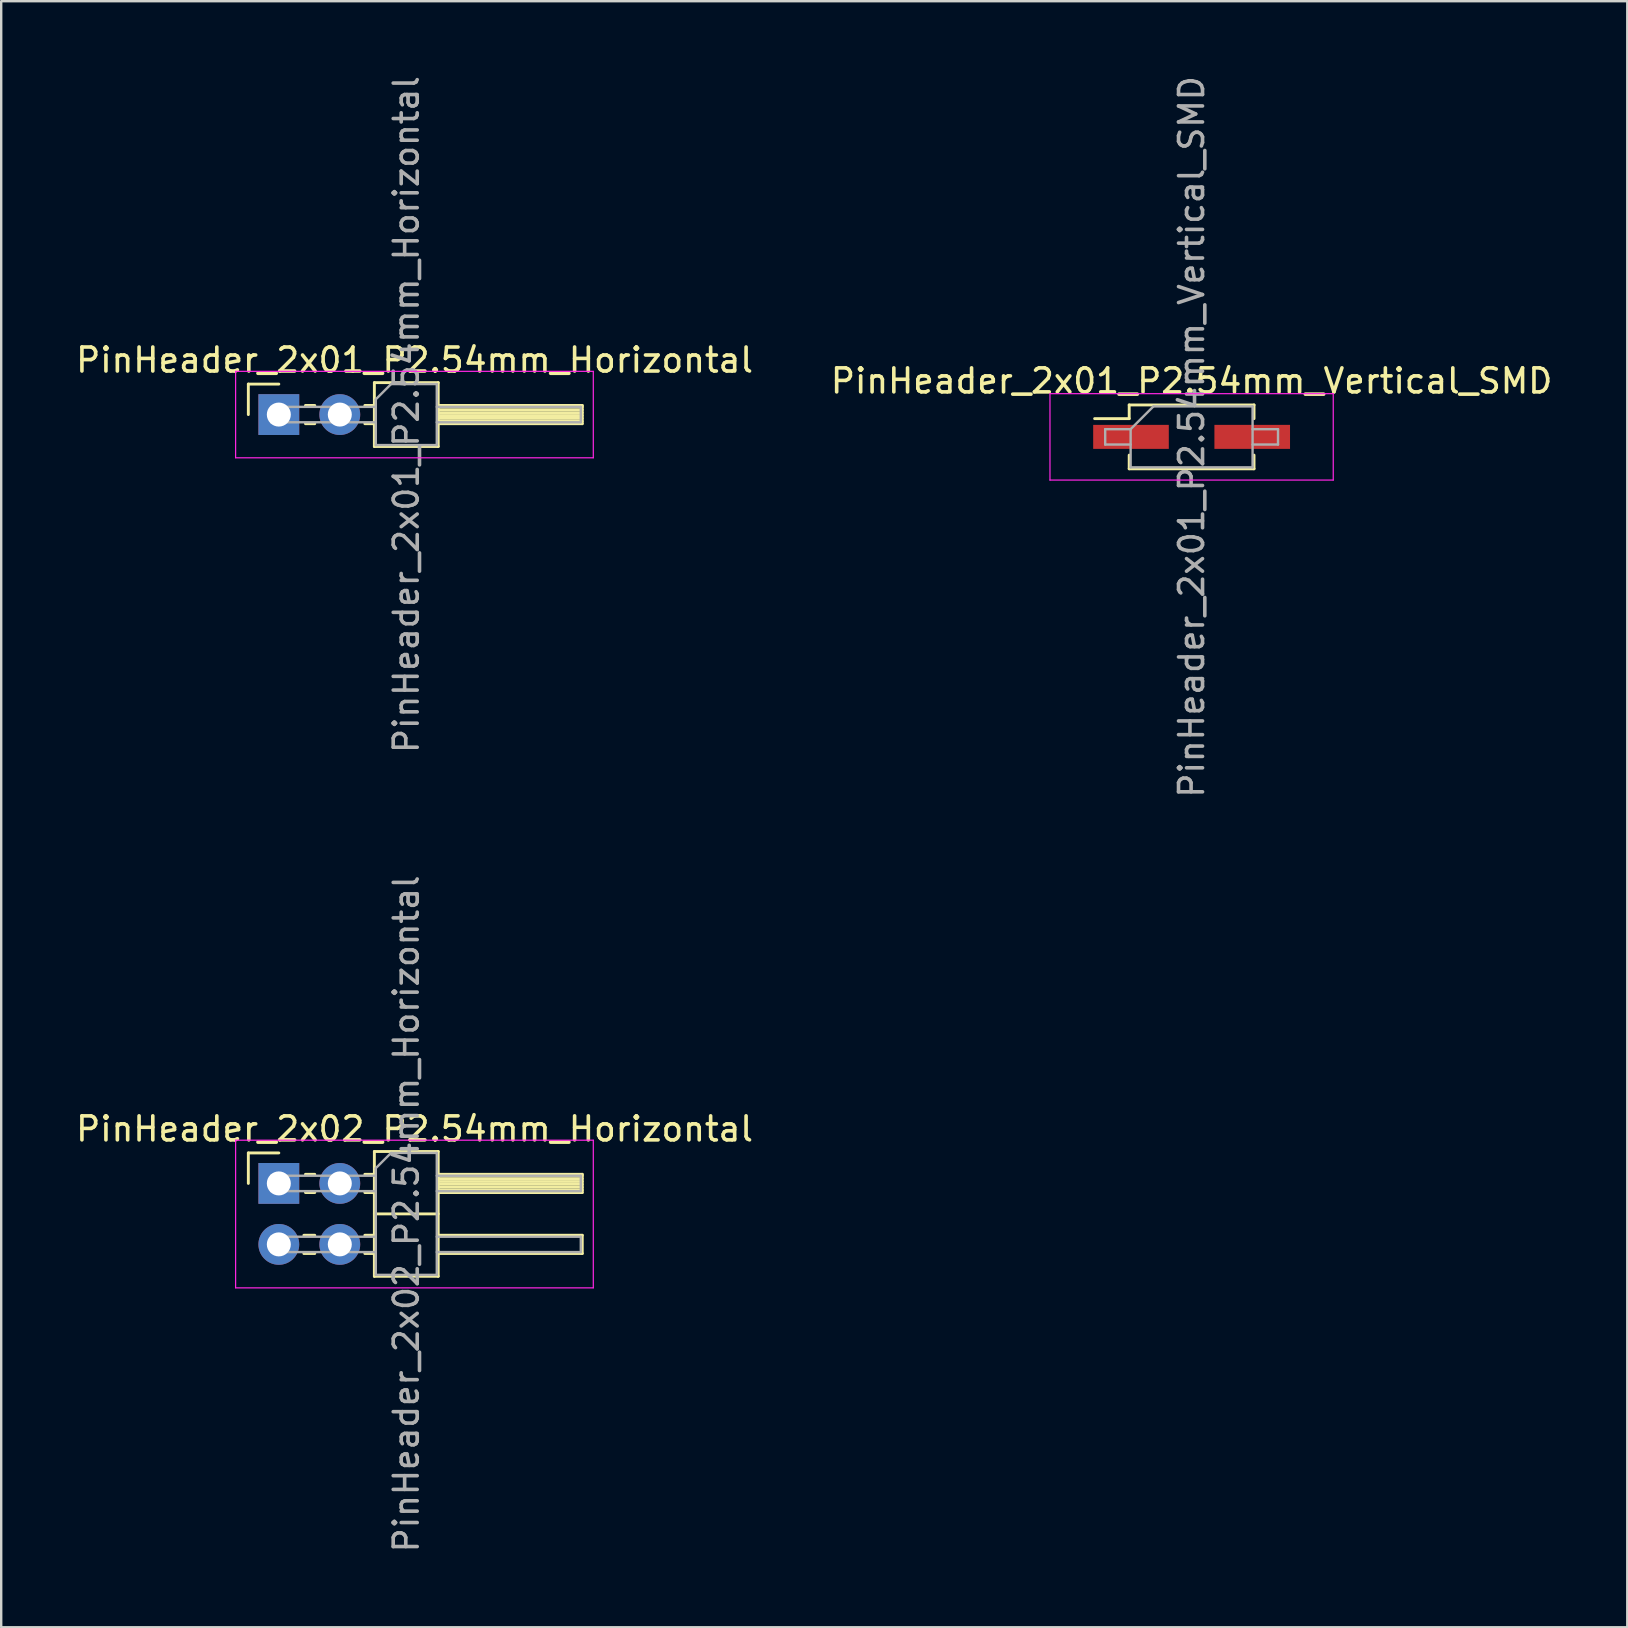
<source format=kicad_pcb>
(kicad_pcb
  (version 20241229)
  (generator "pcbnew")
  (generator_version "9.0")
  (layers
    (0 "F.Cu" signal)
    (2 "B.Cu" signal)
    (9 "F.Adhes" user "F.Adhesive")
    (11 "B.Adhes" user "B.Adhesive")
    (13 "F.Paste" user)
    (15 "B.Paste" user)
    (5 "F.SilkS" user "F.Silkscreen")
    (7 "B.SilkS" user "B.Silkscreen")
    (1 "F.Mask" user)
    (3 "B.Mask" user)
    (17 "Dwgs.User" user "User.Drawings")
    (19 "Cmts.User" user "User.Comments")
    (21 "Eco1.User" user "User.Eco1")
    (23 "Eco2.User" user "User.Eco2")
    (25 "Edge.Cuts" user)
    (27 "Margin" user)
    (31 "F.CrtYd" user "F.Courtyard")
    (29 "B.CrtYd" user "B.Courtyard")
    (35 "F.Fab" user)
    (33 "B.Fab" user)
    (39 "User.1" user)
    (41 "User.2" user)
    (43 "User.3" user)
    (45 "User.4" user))
  (footprint "PinHeader_2x01_P2.54mm_Horizontal"
    (layer "F.Cu")
    (at 8.565 14.22)
    (property "Reference" "PinHeader_2x01_P2.54mm_Horizontal" (at 5.655 -2.27 0) (layer "F.SilkS") (effects (font (size 1 1) (thickness 0.15))))
    (attr through_hole)
    (fp_line (start -1.27 -1.27) (end 0 -1.27) (stroke (width 0.12) (type solid)) (layer "F.SilkS"))
    (fp_line (start -1.27 0) (end -1.27 -1.27) (stroke (width 0.12) (type solid)) (layer "F.SilkS"))
    (fp_line (start 1.11 -0.38) (end 1.497 -0.38) (stroke (width 0.12) (type solid)) (layer "F.SilkS"))
    (fp_line (start 1.11 0.38) (end 1.497 0.38) (stroke (width 0.12) (type solid)) (layer "F.SilkS"))
    (fp_line (start 3.583 -0.38) (end 3.98 -0.38) (stroke (width 0.12) (type solid)) (layer "F.SilkS"))
    (fp_line (start 3.583 0.38) (end 3.98 0.38) (stroke (width 0.12) (type solid)) (layer "F.SilkS"))
    (fp_line (start 3.98 -1.33) (end 3.98 1.33) (stroke (width 0.12) (type solid)) (layer "F.SilkS"))
    (fp_line (start 3.98 1.33) (end 6.64 1.33) (stroke (width 0.12) (type solid)) (layer "F.SilkS"))
    (fp_line (start 6.64 -1.33) (end 3.98 -1.33) (stroke (width 0.12) (type solid)) (layer "F.SilkS"))
    (fp_line (start 6.64 -0.38) (end 12.64 -0.38) (stroke (width 0.12) (type solid)) (layer "F.SilkS"))
    (fp_line (start 6.64 -0.32) (end 12.64 -0.32) (stroke (width 0.12) (type solid)) (layer "F.SilkS"))
    (fp_line (start 6.64 -0.2) (end 12.64 -0.2) (stroke (width 0.12) (type solid)) (layer "F.SilkS"))
    (fp_line (start 6.64 -0.08) (end 12.64 -0.08) (stroke (width 0.12) (type solid)) (layer "F.SilkS"))
    (fp_line (start 6.64 0.04) (end 12.64 0.04) (stroke (width 0.12) (type solid)) (layer "F.SilkS"))
    (fp_line (start 6.64 0.16) (end 12.64 0.16) (stroke (width 0.12) (type solid)) (layer "F.SilkS"))
    (fp_line (start 6.64 0.28) (end 12.64 0.28) (stroke (width 0.12) (type solid)) (layer "F.SilkS"))
    (fp_line (start 6.64 1.33) (end 6.64 -1.33) (stroke (width 0.12) (type solid)) (layer "F.SilkS"))
    (fp_line (start 12.64 -0.38) (end 12.64 0.38) (stroke (width 0.12) (type solid)) (layer "F.SilkS"))
    (fp_line (start 12.64 0.38) (end 6.64 0.38) (stroke (width 0.12) (type solid)) (layer "F.SilkS"))
    (fp_line (start -1.8 -1.8) (end -1.8 1.8) (stroke (width 0.05) (type solid)) (layer "F.CrtYd"))
    (fp_line (start -1.8 1.8) (end 13.1 1.8) (stroke (width 0.05) (type solid)) (layer "F.CrtYd"))
    (fp_line (start 13.1 -1.8) (end -1.8 -1.8) (stroke (width 0.05) (type solid)) (layer "F.CrtYd"))
    (fp_line (start 13.1 1.8) (end 13.1 -1.8) (stroke (width 0.05) (type solid)) (layer "F.CrtYd"))
    (fp_line (start -0.32 -0.32) (end -0.32 0.32) (stroke (width 0.1) (type solid)) (layer "F.Fab"))
    (fp_line (start -0.32 -0.32) (end 4.04 -0.32) (stroke (width 0.1) (type solid)) (layer "F.Fab"))
    (fp_line (start -0.32 0.32) (end 4.04 0.32) (stroke (width 0.1) (type solid)) (layer "F.Fab"))
    (fp_line (start 4.04 -0.635) (end 4.675 -1.27) (stroke (width 0.1) (type solid)) (layer "F.Fab"))
    (fp_line (start 4.04 1.27) (end 4.04 -0.635) (stroke (width 0.1) (type solid)) (layer "F.Fab"))
    (fp_line (start 4.675 -1.27) (end 6.58 -1.27) (stroke (width 0.1) (type solid)) (layer "F.Fab"))
    (fp_line (start 6.58 -1.27) (end 6.58 1.27) (stroke (width 0.1) (type solid)) (layer "F.Fab"))
    (fp_line (start 6.58 -0.32) (end 12.58 -0.32) (stroke (width 0.1) (type solid)) (layer "F.Fab"))
    (fp_line (start 6.58 0.32) (end 12.58 0.32) (stroke (width 0.1) (type solid)) (layer "F.Fab"))
    (fp_line (start 6.58 1.27) (end 4.04 1.27) (stroke (width 0.1) (type solid)) (layer "F.Fab"))
    (fp_line (start 12.58 -0.32) (end 12.58 0.32) (stroke (width 0.1) (type solid)) (layer "F.Fab"))
    (fp_text user "${REFERENCE}" (at 5.31 0 90) (layer "F.Fab") (effects (font (size 1 1) (thickness 0.15))))
    (pad "1" thru_hole rect (at 0 0) (size 1.7 1.7) (drill 1) (layers "*.Cu" "*.Mask"))
    (pad "2" thru_hole oval (at 2.54 0) (size 1.7 1.7) (drill 1) (layers "*.Cu" "*.Mask")))
  (footprint "PinHeader_2x02_P2.54mm_Horizontal"
    (layer "F.Cu")
    (at 8.565 46.248)
    (property "Reference" "PinHeader_2x02_P2.54mm_Horizontal" (at 5.655 -2.27 0) (layer "F.SilkS") (effects (font (size 1 1) (thickness 0.15))))
    (attr through_hole)
    (fp_line (start -1.27 -1.27) (end 0 -1.27) (stroke (width 0.12) (type solid)) (layer "F.SilkS"))
    (fp_line (start -1.27 0) (end -1.27 -1.27) (stroke (width 0.12) (type solid)) (layer "F.SilkS"))
    (fp_line (start 1.043 2.16) (end 1.497 2.16) (stroke (width 0.12) (type solid)) (layer "F.SilkS"))
    (fp_line (start 1.043 2.92) (end 1.497 2.92) (stroke (width 0.12) (type solid)) (layer "F.SilkS"))
    (fp_line (start 1.11 -0.38) (end 1.497 -0.38) (stroke (width 0.12) (type solid)) (layer "F.SilkS"))
    (fp_line (start 1.11 0.38) (end 1.497 0.38) (stroke (width 0.12) (type solid)) (layer "F.SilkS"))
    (fp_line (start 3.583 -0.38) (end 3.98 -0.38) (stroke (width 0.12) (type solid)) (layer "F.SilkS"))
    (fp_line (start 3.583 0.38) (end 3.98 0.38) (stroke (width 0.12) (type solid)) (layer "F.SilkS"))
    (fp_line (start 3.583 2.16) (end 3.98 2.16) (stroke (width 0.12) (type solid)) (layer "F.SilkS"))
    (fp_line (start 3.583 2.92) (end 3.98 2.92) (stroke (width 0.12) (type solid)) (layer "F.SilkS"))
    (fp_line (start 3.98 -1.33) (end 3.98 3.87) (stroke (width 0.12) (type solid)) (layer "F.SilkS"))
    (fp_line (start 3.98 1.27) (end 6.64 1.27) (stroke (width 0.12) (type solid)) (layer "F.SilkS"))
    (fp_line (start 3.98 3.87) (end 6.64 3.87) (stroke (width 0.12) (type solid)) (layer "F.SilkS"))
    (fp_line (start 6.64 -1.33) (end 3.98 -1.33) (stroke (width 0.12) (type solid)) (layer "F.SilkS"))
    (fp_line (start 6.64 -0.38) (end 12.64 -0.38) (stroke (width 0.12) (type solid)) (layer "F.SilkS"))
    (fp_line (start 6.64 -0.32) (end 12.64 -0.32) (stroke (width 0.12) (type solid)) (layer "F.SilkS"))
    (fp_line (start 6.64 -0.2) (end 12.64 -0.2) (stroke (width 0.12) (type solid)) (layer "F.SilkS"))
    (fp_line (start 6.64 -0.08) (end 12.64 -0.08) (stroke (width 0.12) (type solid)) (layer "F.SilkS"))
    (fp_line (start 6.64 0.04) (end 12.64 0.04) (stroke (width 0.12) (type solid)) (layer "F.SilkS"))
    (fp_line (start 6.64 0.16) (end 12.64 0.16) (stroke (width 0.12) (type solid)) (layer "F.SilkS"))
    (fp_line (start 6.64 0.28) (end 12.64 0.28) (stroke (width 0.12) (type solid)) (layer "F.SilkS"))
    (fp_line (start 6.64 2.16) (end 12.64 2.16) (stroke (width 0.12) (type solid)) (layer "F.SilkS"))
    (fp_line (start 6.64 3.87) (end 6.64 -1.33) (stroke (width 0.12) (type solid)) (layer "F.SilkS"))
    (fp_line (start 12.64 -0.38) (end 12.64 0.38) (stroke (width 0.12) (type solid)) (layer "F.SilkS"))
    (fp_line (start 12.64 0.38) (end 6.64 0.38) (stroke (width 0.12) (type solid)) (layer "F.SilkS"))
    (fp_line (start 12.64 2.16) (end 12.64 2.92) (stroke (width 0.12) (type solid)) (layer "F.SilkS"))
    (fp_line (start 12.64 2.92) (end 6.64 2.92) (stroke (width 0.12) (type solid)) (layer "F.SilkS"))
    (fp_line (start -1.8 -1.8) (end -1.8 4.35) (stroke (width 0.05) (type solid)) (layer "F.CrtYd"))
    (fp_line (start -1.8 4.35) (end 13.1 4.35) (stroke (width 0.05) (type solid)) (layer "F.CrtYd"))
    (fp_line (start 13.1 -1.8) (end -1.8 -1.8) (stroke (width 0.05) (type solid)) (layer "F.CrtYd"))
    (fp_line (start 13.1 4.35) (end 13.1 -1.8) (stroke (width 0.05) (type solid)) (layer "F.CrtYd"))
    (fp_line (start -0.32 -0.32) (end -0.32 0.32) (stroke (width 0.1) (type solid)) (layer "F.Fab"))
    (fp_line (start -0.32 -0.32) (end 4.04 -0.32) (stroke (width 0.1) (type solid)) (layer "F.Fab"))
    (fp_line (start -0.32 0.32) (end 4.04 0.32) (stroke (width 0.1) (type solid)) (layer "F.Fab"))
    (fp_line (start -0.32 2.22) (end -0.32 2.86) (stroke (width 0.1) (type solid)) (layer "F.Fab"))
    (fp_line (start -0.32 2.22) (end 4.04 2.22) (stroke (width 0.1) (type solid)) (layer "F.Fab"))
    (fp_line (start -0.32 2.86) (end 4.04 2.86) (stroke (width 0.1) (type solid)) (layer "F.Fab"))
    (fp_line (start 4.04 -0.635) (end 4.675 -1.27) (stroke (width 0.1) (type solid)) (layer "F.Fab"))
    (fp_line (start 4.04 3.81) (end 4.04 -0.635) (stroke (width 0.1) (type solid)) (layer "F.Fab"))
    (fp_line (start 4.675 -1.27) (end 6.58 -1.27) (stroke (width 0.1) (type solid)) (layer "F.Fab"))
    (fp_line (start 6.58 -1.27) (end 6.58 3.81) (stroke (width 0.1) (type solid)) (layer "F.Fab"))
    (fp_line (start 6.58 -0.32) (end 12.58 -0.32) (stroke (width 0.1) (type solid)) (layer "F.Fab"))
    (fp_line (start 6.58 0.32) (end 12.58 0.32) (stroke (width 0.1) (type solid)) (layer "F.Fab"))
    (fp_line (start 6.58 2.22) (end 12.58 2.22) (stroke (width 0.1) (type solid)) (layer "F.Fab"))
    (fp_line (start 6.58 2.86) (end 12.58 2.86) (stroke (width 0.1) (type solid)) (layer "F.Fab"))
    (fp_line (start 6.58 3.81) (end 4.04 3.81) (stroke (width 0.1) (type solid)) (layer "F.Fab"))
    (fp_line (start 12.58 -0.32) (end 12.58 0.32) (stroke (width 0.1) (type solid)) (layer "F.Fab"))
    (fp_line (start 12.58 2.22) (end 12.58 2.86) (stroke (width 0.1) (type solid)) (layer "F.Fab"))
    (fp_text user "${REFERENCE}" (at 5.31 1.27 90) (layer "F.Fab") (effects (font (size 1 1) (thickness 0.15))))
    (pad "1" thru_hole rect (at 0 0) (size 1.7 1.7) (drill 1) (layers "*.Cu" "*.Mask"))
    (pad "2" thru_hole oval (at 2.54 0) (size 1.7 1.7) (drill 1) (layers "*.Cu" "*.Mask"))
    (pad "3" thru_hole oval (at 0 2.54) (size 1.7 1.7) (drill 1) (layers "*.Cu" "*.Mask"))
    (pad "4" thru_hole oval (at 2.54 2.54) (size 1.7 1.7) (drill 1) (layers "*.Cu" "*.Mask")))
  (footprint "PinHeader_2x01_P2.54mm_Vertical_SMD"
    (layer "F.Cu")
    (at 46.589 15.149)
    (property "Reference" "PinHeader_2x01_P2.54mm_Vertical_SMD" (at 0 -2.33 0) (layer "F.SilkS") (effects (font (size 1 1) (thickness 0.15))))
    (attr smd)
    (fp_line (start -4.04 -0.76) (end -2.6 -0.76) (stroke (width 0.12) (type solid)) (layer "F.SilkS"))
    (fp_line (start -2.6 -1.33) (end -2.6 -0.76) (stroke (width 0.12) (type solid)) (layer "F.SilkS"))
    (fp_line (start -2.6 -1.33) (end 2.6 -1.33) (stroke (width 0.12) (type solid)) (layer "F.SilkS"))
    (fp_line (start -2.6 0.76) (end -2.6 1.33) (stroke (width 0.12) (type solid)) (layer "F.SilkS"))
    (fp_line (start -2.6 1.33) (end 2.6 1.33) (stroke (width 0.12) (type solid)) (layer "F.SilkS"))
    (fp_line (start 2.6 -1.33) (end 2.6 -0.76) (stroke (width 0.12) (type solid)) (layer "F.SilkS"))
    (fp_line (start 2.6 0.76) (end 2.6 1.33) (stroke (width 0.12) (type solid)) (layer "F.SilkS"))
    (fp_line (start -5.9 -1.8) (end -5.9 1.8) (stroke (width 0.05) (type solid)) (layer "F.CrtYd"))
    (fp_line (start -5.9 1.8) (end 5.9 1.8) (stroke (width 0.05) (type solid)) (layer "F.CrtYd"))
    (fp_line (start 5.9 -1.8) (end -5.9 -1.8) (stroke (width 0.05) (type solid)) (layer "F.CrtYd"))
    (fp_line (start 5.9 1.8) (end 5.9 -1.8) (stroke (width 0.05) (type solid)) (layer "F.CrtYd"))
    (fp_line (start -3.6 -0.32) (end -3.6 0.32) (stroke (width 0.1) (type solid)) (layer "F.Fab"))
    (fp_line (start -3.6 0.32) (end -2.54 0.32) (stroke (width 0.1) (type solid)) (layer "F.Fab"))
    (fp_line (start -2.54 -0.32) (end -3.6 -0.32) (stroke (width 0.1) (type solid)) (layer "F.Fab"))
    (fp_line (start -2.54 -0.32) (end -1.59 -1.27) (stroke (width 0.1) (type solid)) (layer "F.Fab"))
    (fp_line (start -2.54 1.27) (end -2.54 -0.32) (stroke (width 0.1) (type solid)) (layer "F.Fab"))
    (fp_line (start -1.59 -1.27) (end 2.54 -1.27) (stroke (width 0.1) (type solid)) (layer "F.Fab"))
    (fp_line (start 2.54 -1.27) (end 2.54 1.27) (stroke (width 0.1) (type solid)) (layer "F.Fab"))
    (fp_line (start 2.54 -0.32) (end 3.6 -0.32) (stroke (width 0.1) (type solid)) (layer "F.Fab"))
    (fp_line (start 2.54 1.27) (end -2.54 1.27) (stroke (width 0.1) (type solid)) (layer "F.Fab"))
    (fp_line (start 3.6 -0.32) (end 3.6 0.32) (stroke (width 0.1) (type solid)) (layer "F.Fab"))
    (fp_line (start 3.6 0.32) (end 2.54 0.32) (stroke (width 0.1) (type solid)) (layer "F.Fab"))
    (fp_text user "${REFERENCE}" (at 0 0 90) (layer "F.Fab") (effects (font (size 1 1) (thickness 0.15))))
    (pad "1" smd rect (at -2.525 0) (size 3.15 1) (layers "F.Cu" "F.Mask" "F.Paste"))
    (pad "2" smd rect (at 2.525 0) (size 3.15 1) (layers "F.Cu" "F.Mask" "F.Paste")))
  (gr_rect
    (start -3 -3)
    (end 64.738 64.738)
    (stroke (width 0.1) (type default))
    (fill no)
    (layer "Edge.Cuts")))
</source>
